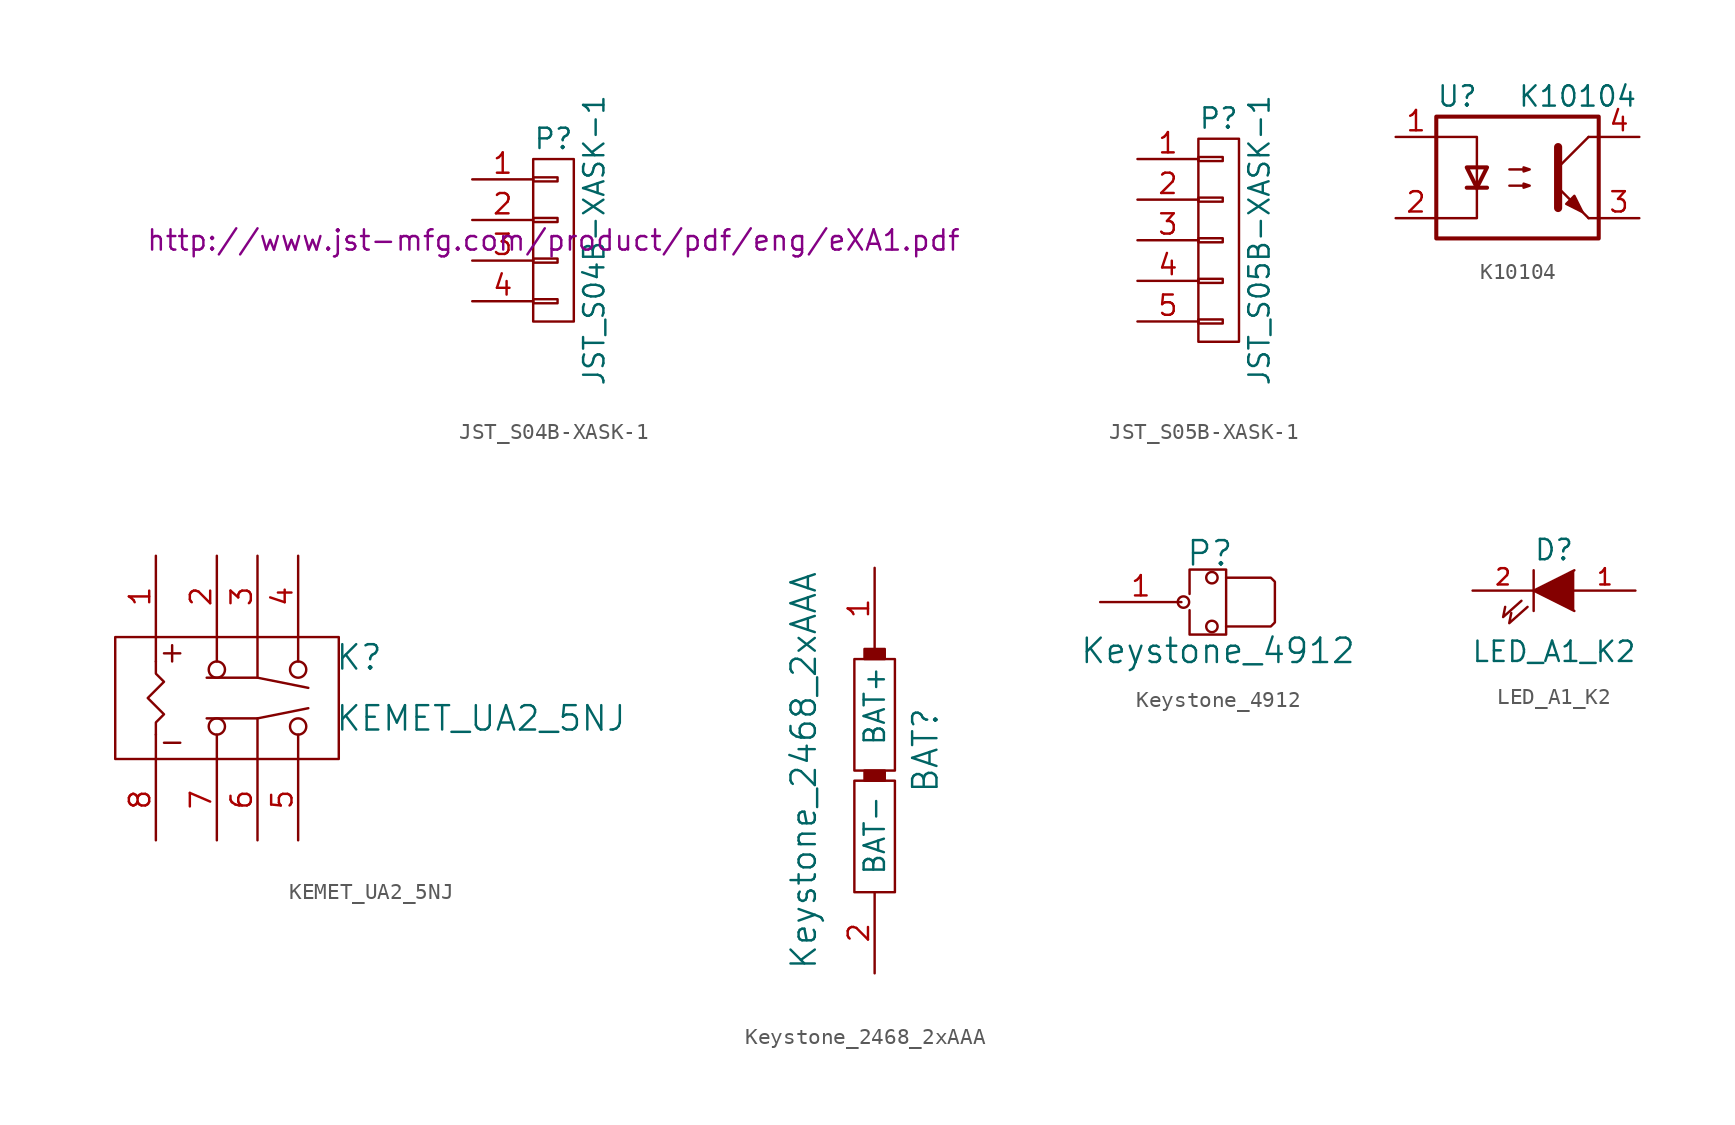
<source format=kicad_sym>
(kicad_symbol_lib
  (version 20211014)
  (generator kicad_symbol_editor)
  (symbol "JST_S04B-XASK-1"
    (pin_names
      (offset 1.016) hide)
    (property "Reference" "P"
      (at 0 6.35 0)
      (effects (font (size 1.27 1.27))))
    (property "Value" "JST_S04B-XASK-1"
      (at 2.54 0 90)
      (effects (font (size 1.27 1.27))))
    (property "Footprint" ""
      (at 0 0 0)
      (effects (font (size 1.27 1.27))))
    (property "Datasheet" "http://www.jst-mfg.com/product/pdf/eng/eXA1.pdf"
      (at 0 0 0)
      (effects (font (size 1.27 1.27))))
    (symbol "JST_S04B-XASK-1_0_1"
      (rectangle (start -1.27 -3.683) (end 0.254 -3.937) (stroke (width 0) (type default) (color 0 0 0 0)) (fill (type none)))
      (rectangle (start -1.27 -1.143) (end 0.254 -1.397) (stroke (width 0) (type default) (color 0 0 0 0)) (fill (type none)))
      (rectangle (start -1.27 1.397) (end 0.254 1.143) (stroke (width 0) (type default) (color 0 0 0 0)) (fill (type none)))
      (rectangle (start -1.27 3.937) (end 0.254 3.683) (stroke (width 0) (type default) (color 0 0 0 0)) (fill (type none)))
      (rectangle (start -1.27 5.08) (end 1.27 -5.08) (stroke (width 0) (type default) (color 0 0 0 0)) (fill (type none))))
    (symbol "JST_S04B-XASK-1_1_1"
      (pin passive line (at -5.08 3.81 0) (length 3.81) (name "P1" (effects (font (size 1.27 1.27)))) (number "1" (effects (font (size 1.27 1.27)))))
      (pin passive line (at -5.08 1.27 0) (length 3.81) (name "P2" (effects (font (size 1.27 1.27)))) (number "2" (effects (font (size 1.27 1.27)))))
      (pin passive line (at -5.08 -1.27 0) (length 3.81) (name "P3" (effects (font (size 1.27 1.27)))) (number "3" (effects (font (size 1.27 1.27)))))
      (pin passive line (at -5.08 -3.81 0) (length 3.81) (name "P4" (effects (font (size 1.27 1.27)))) (number "4" (effects (font (size 1.27 1.27)))))))
  (symbol "JST_S05B-XASK-1"
    (pin_names
      (offset 1.016) hide)
    (property "Reference" "P"
      (at 0 7.62 0)
      (effects (font (size 1.27 1.27))))
    (property "Value" "JST_S05B-XASK-1"
      (at 2.54 0 90)
      (effects (font (size 1.27 1.27))))
    (property "Footprint" ""
      (at 0 0 0)
      (effects (font (size 1.27 1.27))))
    (symbol "JST_S05B-XASK-1_0_1"
      (rectangle (start -1.27 -4.953) (end 0.254 -5.207) (stroke (width 0) (type default) (color 0 0 0 0)) (fill (type none)))
      (rectangle (start -1.27 -2.413) (end 0.254 -2.667) (stroke (width 0) (type default) (color 0 0 0 0)) (fill (type none)))
      (rectangle (start -1.27 0.127) (end 0.254 -0.127) (stroke (width 0) (type default) (color 0 0 0 0)) (fill (type none)))
      (rectangle (start -1.27 2.667) (end 0.254 2.413) (stroke (width 0) (type default) (color 0 0 0 0)) (fill (type none)))
      (rectangle (start -1.27 5.207) (end 0.254 4.953) (stroke (width 0) (type default) (color 0 0 0 0)) (fill (type none)))
      (rectangle (start -1.27 6.35) (end 1.27 -6.35) (stroke (width 0) (type default) (color 0 0 0 0)) (fill (type none))))
    (symbol "JST_S05B-XASK-1_1_1"
      (pin passive line (at -5.08 5.08 0) (length 3.81) (name "P1" (effects (font (size 1.27 1.27)))) (number "1" (effects (font (size 1.27 1.27)))))
      (pin passive line (at -5.08 2.54 0) (length 3.81) (name "P2" (effects (font (size 1.27 1.27)))) (number "2" (effects (font (size 1.27 1.27)))))
      (pin passive line (at -5.08 0 0) (length 3.81) (name "P3" (effects (font (size 1.27 1.27)))) (number "3" (effects (font (size 1.27 1.27)))))
      (pin passive line (at -5.08 -2.54 0) (length 3.81) (name "P4" (effects (font (size 1.27 1.27)))) (number "4" (effects (font (size 1.27 1.27)))))
      (pin passive line (at -5.08 -5.08 0) (length 3.81) (name "P5" (effects (font (size 1.27 1.27)))) (number "5" (effects (font (size 1.27 1.27)))))))
  (symbol "K10104"
    (pin_names
      (offset 1.016))
    (property "Reference" "U"
      (at -5.08 5.08 0)
      (effects (font (size 1.27 1.27)) (justify left)))
    (property "Value" "K10104"
      (at 0 5.08 0)
      (effects (font (size 1.27 1.27)) (justify left)))
    (symbol "K10104_0_1"
      (rectangle (start -5.08 3.81) (end 5.08 -3.81) (stroke (width 0.254) (type default) (color 0 0 0 0)) (fill (type none)))
      (polyline (pts (xy -3.175 -0.635) (xy -1.905 -0.635)) (stroke (width 0.254) (type default) (color 0 0 0 0)) (fill (type none)))
      (polyline (pts (xy 2.54 0.635) (xy 4.445 2.54)) (stroke (width 0) (type default) (color 0 0 0 0)) (fill (type none)))
      (polyline (pts (xy 4.445 -2.54) (xy 2.54 -0.635)) (stroke (width 0) (type default) (color 0 0 0 0)) (fill (type outline)))
      (polyline (pts (xy 4.445 -2.54) (xy 5.08 -2.54)) (stroke (width 0) (type default) (color 0 0 0 0)) (fill (type none)))
      (polyline (pts (xy 4.445 2.54) (xy 5.08 2.54)) (stroke (width 0) (type default) (color 0 0 0 0)) (fill (type none)))
      (polyline (pts (xy -5.08 2.54) (xy -2.54 2.54) (xy -2.54 -0.762)) (stroke (width 0) (type default) (color 0 0 0 0)) (fill (type none)))
      (polyline (pts (xy -2.54 -0.635) (xy -2.54 -2.54) (xy -5.08 -2.54)) (stroke (width 0) (type default) (color 0 0 0 0)) (fill (type none)))
      (polyline (pts (xy 2.54 1.905) (xy 2.54 -1.905) (xy 2.54 -1.905)) (stroke (width 0.508) (type default) (color 0 0 0 0)) (fill (type none)))
      (polyline (pts (xy -2.54 -0.635) (xy -3.175 0.635) (xy -1.905 0.635) (xy -2.54 -0.635)) (stroke (width 0.254) (type default) (color 0 0 0 0)) (fill (type none)))
      (polyline (pts (xy -0.508 -0.508) (xy 0.762 -0.508) (xy 0.381 -0.635) (xy 0.381 -0.381) (xy 0.762 -0.508)) (stroke (width 0) (type default) (color 0 0 0 0)) (fill (type none)))
      (polyline (pts (xy -0.508 0.508) (xy 0.762 0.508) (xy 0.381 0.381) (xy 0.381 0.635) (xy 0.762 0.508)) (stroke (width 0) (type default) (color 0 0 0 0)) (fill (type none)))
      (polyline (pts (xy 3.048 -1.651) (xy 3.556 -1.143) (xy 4.064 -2.159) (xy 3.048 -1.651) (xy 3.048 -1.651)) (stroke (width 0) (type default) (color 0 0 0 0)) (fill (type outline))))
    (symbol "K10104_1_1"
      (pin passive line (at -7.62 2.54 0) (length 2.54) (name "~" (effects (font (size 1.27 1.27)))) (number "1" (effects (font (size 1.27 1.27)))))
      (pin passive line (at -7.62 -2.54 0) (length 2.54) (name "~" (effects (font (size 1.27 1.27)))) (number "2" (effects (font (size 1.27 1.27)))))
      (pin passive line (at 7.62 -2.54 180) (length 2.54) (name "~" (effects (font (size 1.27 1.27)))) (number "3" (effects (font (size 1.27 1.27)))))
      (pin passive line (at 7.62 2.54 180) (length 2.54) (name "~" (effects (font (size 1.27 1.27)))) (number "4" (effects (font (size 1.27 1.27)))))))
  (symbol "KEMET_UA2_5NJ"
    (pin_names
      (offset 1.016))
    (property "Reference" "K"
      (at 8.89 2.54 0)
      (effects (font (size 1.524 1.524))))
    (property "Value" "KEMET_UA2_5NJ"
      (at 16.51 -1.27 0)
      (effects (font (size 1.524 1.524))))
    (symbol "KEMET_UA2_5NJ_0_1"
      (rectangle (start -6.35 3.81) (end 7.62 -3.81) (stroke (width 0) (type default) (color 0 0 0 0)) (fill (type none)))
      (circle (center 0 -1.778) (radius 0.508) (stroke (width 0) (type default) (color 0 0 0 0)) (fill (type none)))
      (polyline (pts (xy -3.81 -2.286) (xy -3.81 -3.81)) (stroke (width 0) (type default) (color 0 0 0 0)) (fill (type none)))
      (polyline (pts (xy -3.81 3.81) (xy -3.81 2.286)) (stroke (width 0) (type default) (color 0 0 0 0)) (fill (type none)))
      (polyline (pts (xy -3.302 -2.794) (xy -2.286 -2.794)) (stroke (width 0) (type default) (color 0 0 0 0)) (fill (type none)))
      (polyline (pts (xy -3.302 2.794) (xy -2.286 2.794)) (stroke (width 0) (type default) (color 0 0 0 0)) (fill (type none)))
      (polyline (pts (xy -2.794 3.302) (xy -2.794 2.286)) (stroke (width 0) (type default) (color 0 0 0 0)) (fill (type none)))
      (polyline (pts (xy 0 -2.286) (xy 0 -3.81)) (stroke (width 0) (type default) (color 0 0 0 0)) (fill (type none)))
      (polyline (pts (xy 0 3.81) (xy 0 2.286)) (stroke (width 0) (type default) (color 0 0 0 0)) (fill (type none)))
      (polyline (pts (xy 2.54 -1.27) (xy 2.54 -3.81)) (stroke (width 0) (type default) (color 0 0 0 0)) (fill (type none)))
      (polyline (pts (xy 2.54 3.81) (xy 2.54 1.27)) (stroke (width 0) (type default) (color 0 0 0 0)) (fill (type none)))
      (polyline (pts (xy 5.08 -2.286) (xy 5.08 -3.81)) (stroke (width 0) (type default) (color 0 0 0 0)) (fill (type none)))
      (polyline (pts (xy 5.08 2.286) (xy 5.08 3.81)) (stroke (width 0) (type default) (color 0 0 0 0)) (fill (type none)))
      (polyline (pts (xy -0.635 1.27) (xy 2.54 1.27) (xy 5.715 0.635)) (stroke (width 0) (type default) (color 0 0 0 0)) (fill (type none)))
      (polyline (pts (xy 5.715 -0.635) (xy 2.54 -1.27) (xy -0.635 -1.27)) (stroke (width 0) (type default) (color 0 0 0 0)) (fill (type none)))
      (polyline (pts (xy -3.81 2.286) (xy -3.81 1.524) (xy -3.302 1.016) (xy -4.318 0) (xy -3.302 -1.016) (xy -3.81 -1.524) (xy -3.81 -2.286)) (stroke (width 0) (type default) (color 0 0 0 0)) (fill (type none)))
      (circle (center 0 1.778) (radius 0.508) (stroke (width 0) (type default) (color 0 0 0 0)) (fill (type none)))
      (circle (center 5.08 -1.778) (radius 0.508) (stroke (width 0) (type default) (color 0 0 0 0)) (fill (type none)))
      (circle (center 5.08 1.778) (radius 0.508) (stroke (width 0) (type default) (color 0 0 0 0)) (fill (type none))))
    (symbol "KEMET_UA2_5NJ_1_1"
      (pin passive line (at -3.81 8.89 270) (length 5.08) (name "~" (effects (font (size 1.27 1.27)))) (number "1" (effects (font (size 1.27 1.27)))))
      (pin passive line (at 0 8.89 270) (length 5.08) (name "~" (effects (font (size 1.27 1.27)))) (number "2" (effects (font (size 1.27 1.27)))))
      (pin passive line (at 2.54 8.89 270) (length 5.08) (name "~" (effects (font (size 1.27 1.27)))) (number "3" (effects (font (size 1.27 1.27)))))
      (pin passive line (at 5.08 8.89 270) (length 5.08) (name "~" (effects (font (size 1.27 1.27)))) (number "4" (effects (font (size 1.27 1.27)))))
      (pin passive line (at 5.08 -8.89 90) (length 5.08) (name "~" (effects (font (size 1.27 1.27)))) (number "5" (effects (font (size 1.27 1.27)))))
      (pin passive line (at 2.54 -8.89 90) (length 5.08) (name "~" (effects (font (size 1.27 1.27)))) (number "6" (effects (font (size 1.27 1.27)))))
      (pin passive line (at 0 -8.89 90) (length 5.08) (name "~" (effects (font (size 1.27 1.27)))) (number "7" (effects (font (size 1.27 1.27)))))
      (pin passive line (at -3.81 -8.89 90) (length 5.08) (name "~" (effects (font (size 1.27 1.27)))) (number "8" (effects (font (size 1.27 1.27)))))))
  (symbol "Keystone_2468_2xAAA"
    (pin_names
      (offset 1.016))
    (property "Reference" "BAT"
      (at 3.175 1.27 90)
      (effects (font (size 1.524 1.524))))
    (property "Value" "Keystone_2468_2xAAA"
      (at -4.445 0 90)
      (effects (font (size 1.524 1.524))))
    (symbol "Keystone_2468_2xAAA_0_1"
      (rectangle (start -1.27 -7.62) (end 1.27 -0.635) (stroke (width 0) (type default) (color 0 0 0 0)) (fill (type none)))
      (rectangle (start -1.27 6.985) (end 1.27 0) (stroke (width 0) (type default) (color 0 0 0 0)) (fill (type none)))
      (rectangle (start -0.635 0) (end 0.635 -0.635) (stroke (width 0) (type default) (color 0 0 0 0)) (fill (type outline)))
      (rectangle (start -0.635 7.62) (end 0.635 6.985) (stroke (width 0) (type default) (color 0 0 0 0)) (fill (type outline))))
    (symbol "Keystone_2468_2xAAA_1_1"
      (pin power_out line (at 0 12.7 270) (length 5.08) (name "BAT+" (effects (font (size 1.27 1.27)))) (number "1" (effects (font (size 1.27 1.27)))))
      (pin power_out line (at 0 -12.7 90) (length 5.08) (name "BAT-" (effects (font (size 1.27 1.27)))) (number "2" (effects (font (size 1.27 1.27)))))))
  (symbol "Keystone_4912"
    (pin_names
      (offset 1.016))
    (property "Reference" "P"
      (at -0.762 3.048 0)
      (effects (font (size 1.524 1.524))))
    (property "Value" "Keystone_4912"
      (at -0.254 -3.048 0)
      (effects (font (size 1.524 1.524))))
    (symbol "Keystone_4912_0_1"
      (circle (center -2.413 0) (radius 0.356) (stroke (width 0) (type default) (color 0 0 0 0)) (fill (type none)))
      (circle (center -0.635 -1.524) (radius 0.356) (stroke (width 0) (type default) (color 0 0 0 0)) (fill (type none)))
      (circle (center -0.635 1.524) (radius 0.356) (stroke (width 0) (type default) (color 0 0 0 0)) (fill (type none)))
      (polyline (pts (xy 0.254 1.524) (xy 0.254 -1.524)) (stroke (width 0) (type default) (color 0 0 0 0)) (fill (type none)))
      (polyline (pts (xy -2.032 0.508) (xy -2.032 2.032) (xy 0.254 2.032) (xy 0.254 1.524) (xy 3.048 1.524) (xy 3.302 1.27) (xy 3.302 -1.27) (xy 3.048 -1.524) (xy 0.254 -1.524) (xy 0.254 -2.032) (xy -2.032 -2.032) (xy -2.032 -0.508)) (stroke (width 0) (type default) (color 0 0 0 0)) (fill (type none))))
    (symbol "Keystone_4912_1_1"
      (pin passive line (at -7.62 0 0) (length 5.08) (name "~" (effects (font (size 1.27 1.27)))) (number "1" (effects (font (size 1.27 1.27)))))))
  (symbol "LED_A1_K2"
    (pin_names
      (offset 1.016) hide)
    (property "Reference" "D"
      (at 0 2.54 0)
      (effects (font (size 1.27 1.27))))
    (property "Value" "LED_A1_K2"
      (at 0 -3.81 0)
      (effects (font (size 1.27 1.27))))
    (property "Footprint" ""
      (at 0 0 0)
      (effects (font (size 1.27 1.27))))
    (property "Datasheet" ""
      (at 0 0 0)
      (effects (font (size 1.27 1.27))))
    (symbol "LED_A1_K2_0_1"
      (polyline (pts (xy -1.27 1.27) (xy -1.27 -1.27)) (stroke (width 0) (type default) (color 0 0 0 0)) (fill (type none)))
      (polyline (pts (xy -2.032 -0.635) (xy -3.175 -1.651) (xy -3.048 -1.016)) (stroke (width 0) (type default) (color 0 0 0 0)) (fill (type none)))
      (polyline (pts (xy -1.651 -1.016) (xy -2.794 -2.032) (xy -2.667 -1.397)) (stroke (width 0) (type default) (color 0 0 0 0)) (fill (type none)))
      (polyline (pts (xy 1.27 1.27) (xy -1.27 0) (xy 1.27 -1.27)) (stroke (width 0) (type default) (color 0 0 0 0)) (fill (type outline))))
    (symbol "LED_A1_K2_1_1"
      (pin passive line (at 5.08 0 180) (length 3.81) (name "A" (effects (font (size 1.016 1.016)))) (number "1" (effects (font (size 1.016 1.016)))))
      (pin passive line (at -5.08 0 0) (length 3.81) (name "K" (effects (font (size 1.016 1.016)))) (number "2" (effects (font (size 1.016 1.016))))))))
</source>
